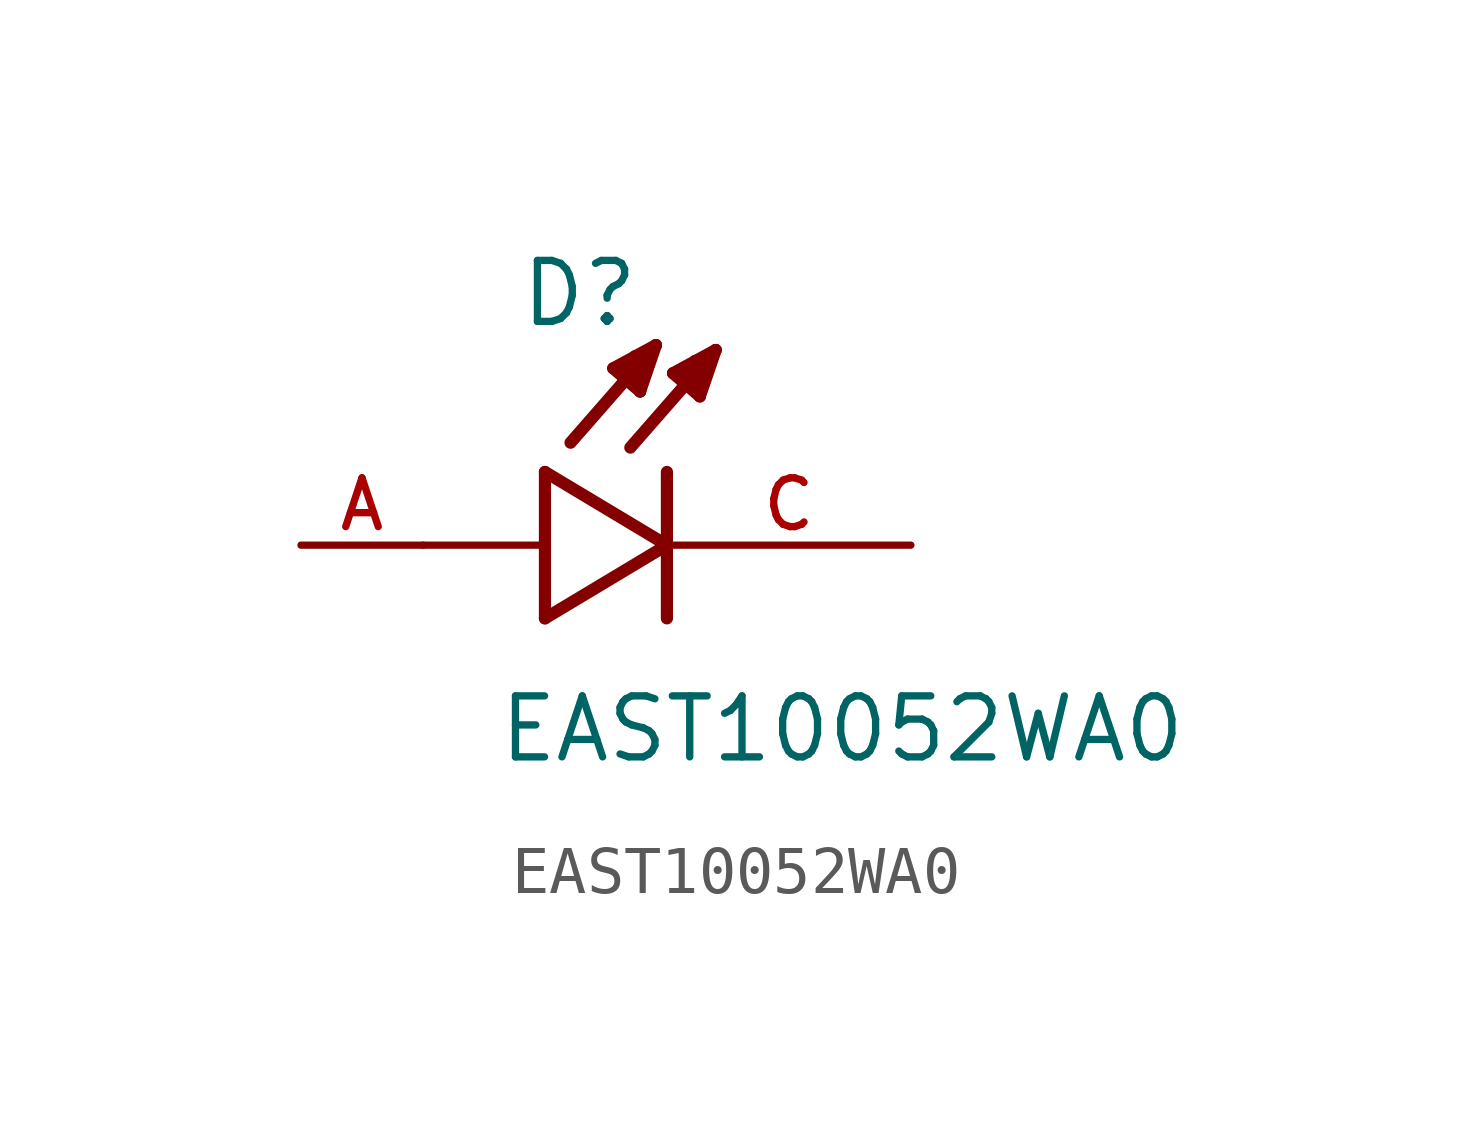
<source format=kicad_sym>
(kicad_symbol_lib
  (version 20211014)
  (generator kicad_symbol_editor)
  (symbol "EAST10052WA0"
    (pin_names
      (offset 1.016))
    (property "Reference" "D"
      (at -3.099 4.496 0)
      (effects (font (size 1.27 1.27)) (justify bottom left)))
    (property "Value" "EAST10052WA0"
      (at -3.556 -4.572 0)
      (effects (font (size 1.27 1.27)) (justify bottom left)))
    (symbol "EAST10052WA0_0_0"
      (polyline (pts (xy -2.54 1.524) (xy -2.54 0.0)) (stroke (width 0.254)))
      (polyline (pts (xy -2.54 0.0) (xy -2.54 -1.524)) (stroke (width 0.254)))
      (polyline (pts (xy -2.54 -1.524) (xy 0.0 0.0)) (stroke (width 0.254)))
      (polyline (pts (xy 0.0 0.0) (xy -2.54 1.524)) (stroke (width 0.254)))
      (polyline (pts (xy 0.0 1.524) (xy 0.0 -1.524)) (stroke (width 0.254)))
      (polyline (pts (xy -2.54 0.0) (xy -5.08 0.0)) (stroke (width 0.152)))
      (polyline (pts (xy 1.016 4.064) (xy -0.762 2.032)) (stroke (width 0.254)))
      (polyline (pts (xy 0.686 3.099) (xy 0.127 3.581)) (stroke (width 0.254)))
      (polyline (pts (xy 0.127 3.581) (xy 1.016 4.064)) (stroke (width 0.254)))
      (polyline (pts (xy 1.016 4.064) (xy 0.686 3.099)) (stroke (width 0.254)))
      (polyline (pts (xy 0.686 3.099) (xy 0.711 3.835)) (stroke (width 0.254)))
      (polyline (pts (xy 0.711 3.835) (xy 0.584 3.835)) (stroke (width 0.254)))
      (polyline (pts (xy 0.305 3.505) (xy 0.533 3.658)) (stroke (width 0.254)))
      (polyline (pts (xy -0.229 4.166) (xy -2.007 2.134)) (stroke (width 0.254)))
      (polyline (pts (xy -0.559 3.2) (xy -1.118 3.683)) (stroke (width 0.254)))
      (polyline (pts (xy -1.118 3.683) (xy -0.229 4.166)) (stroke (width 0.254)))
      (polyline (pts (xy -0.229 4.166) (xy -0.559 3.2)) (stroke (width 0.254)))
      (polyline (pts (xy -0.559 3.2) (xy -0.533 3.937)) (stroke (width 0.254)))
      (polyline (pts (xy -0.533 3.937) (xy -0.66 3.937)) (stroke (width 0.254)))
      (polyline (pts (xy -0.94 3.607) (xy -0.711 3.759)) (stroke (width 0.254)))
      (pin passive line (at 5.08 0.0 180.0) (length 5.08) (name "~" (effects (font (size 1.016 1.016)))) (number "C" (effects (font (size 1.016 1.016)))))
      (pin passive line (at -7.62 0.0 0) (length 2.54) (name "~" (effects (font (size 1.016 1.016)))) (number "A" (effects (font (size 1.016 1.016))))))))
</source>
